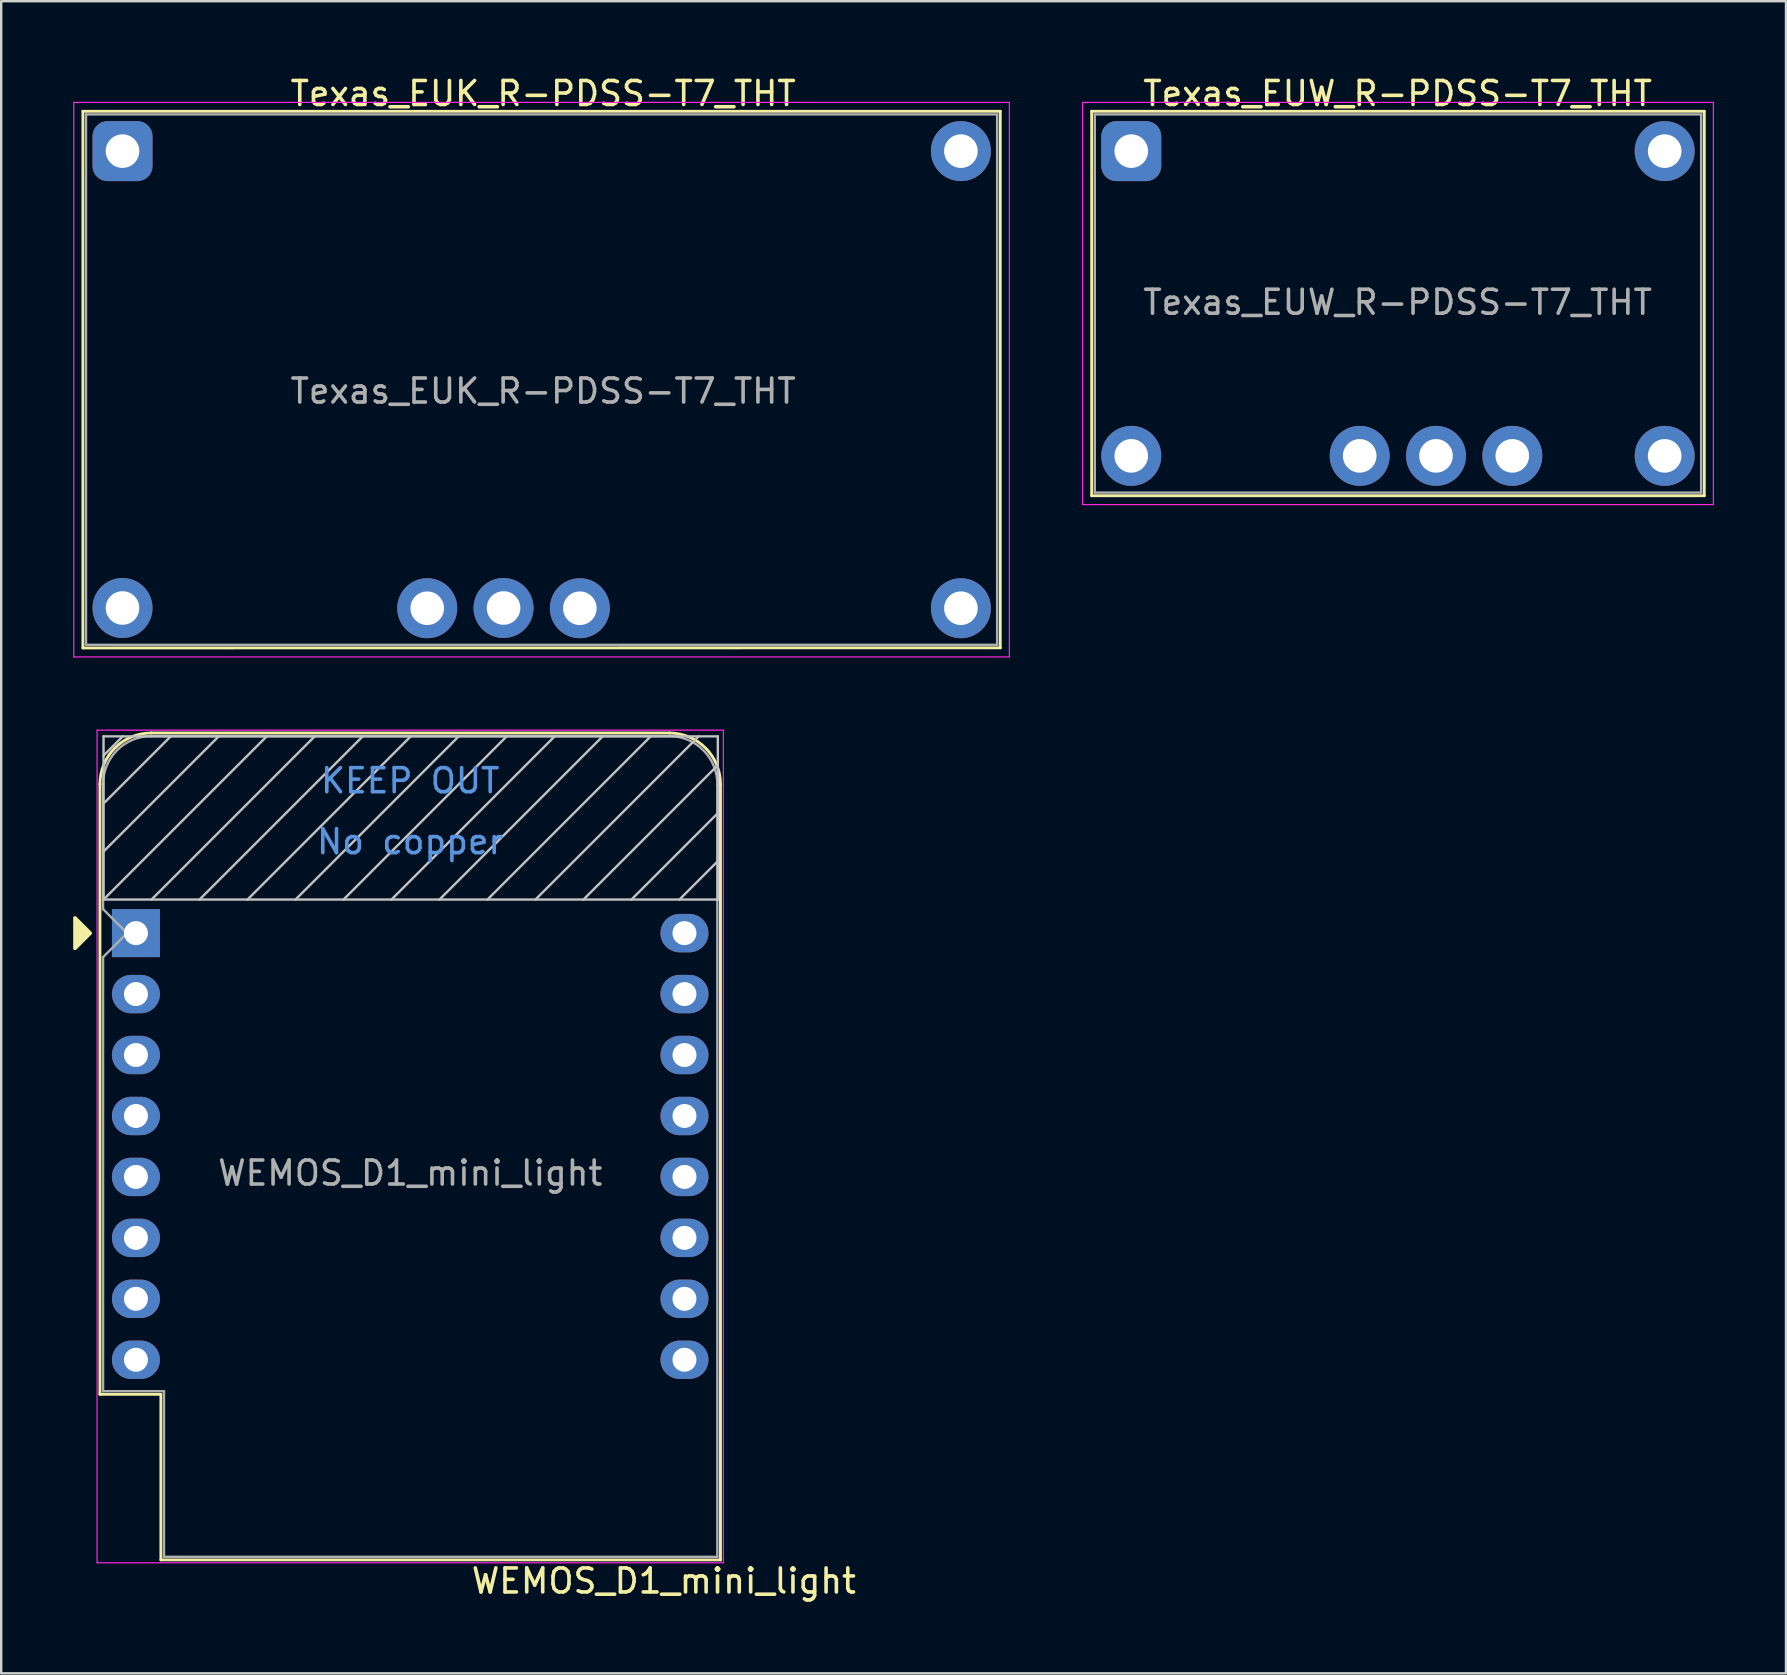
<source format=kicad_pcb>
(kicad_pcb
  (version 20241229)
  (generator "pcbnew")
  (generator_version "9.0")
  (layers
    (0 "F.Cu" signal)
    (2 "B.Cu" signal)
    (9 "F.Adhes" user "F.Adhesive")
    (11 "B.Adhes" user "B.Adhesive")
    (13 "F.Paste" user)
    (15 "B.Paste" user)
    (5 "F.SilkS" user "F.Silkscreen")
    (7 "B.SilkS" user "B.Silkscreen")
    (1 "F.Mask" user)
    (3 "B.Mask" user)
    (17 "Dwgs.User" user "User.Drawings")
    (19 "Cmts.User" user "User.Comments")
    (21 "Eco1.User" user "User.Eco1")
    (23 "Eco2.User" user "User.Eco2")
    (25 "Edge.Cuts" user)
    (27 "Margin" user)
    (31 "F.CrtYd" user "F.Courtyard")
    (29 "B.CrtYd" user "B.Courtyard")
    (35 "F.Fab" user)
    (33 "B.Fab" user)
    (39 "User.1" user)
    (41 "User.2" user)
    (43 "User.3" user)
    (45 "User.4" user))
  (footprint "Texas_EUK_R-PDSS-T7_THT"
    (layer "F.Cu")
    (at 2.055 3.248)
    (property "Reference" "Texas_EUK_R-PDSS-T7_THT" (at 17.53 -2.4 0) (layer "F.SilkS") (effects (font (size 1 1) (thickness 0.15))))
    (attr through_hole)
    (fp_line (start -1.65 -1.66) (end -1.65 20.705) (stroke (width 0.12) (type solid)) (layer "F.SilkS"))
    (fp_line (start -1.65 -1.66) (end 36.58 -1.66) (stroke (width 0.12) (type solid)) (layer "F.SilkS"))
    (fp_line (start -1.65 20.705) (end 36.58 20.7) (stroke (width 0.12) (type solid)) (layer "F.SilkS"))
    (fp_line (start 36.58 -1.66) (end 36.58 20.7) (stroke (width 0.12) (type solid)) (layer "F.SilkS"))
    (fp_line (start -2.03 21.08) (end -2.03 -2.03) (stroke (width 0.05) (type solid)) (layer "F.CrtYd"))
    (fp_line (start -2.03 21.08) (end 36.96 21.08) (stroke (width 0.05) (type solid)) (layer "F.CrtYd"))
    (fp_line (start 36.96 -2.03) (end -2.03 -2.03) (stroke (width 0.05) (type solid)) (layer "F.CrtYd"))
    (fp_line (start 36.96 -2.03) (end 36.96 21.08) (stroke (width 0.05) (type solid)) (layer "F.CrtYd"))
    (fp_line (start -1.52 20.575) (end -1.52 -1.53) (stroke (width 0.1) (type solid)) (layer "F.Fab"))
    (fp_line (start 36.45 -1.53) (end -1.52 -1.53) (stroke (width 0.1) (type solid)) (layer "F.Fab"))
    (fp_line (start 36.45 20.575) (end -1.52 20.575) (stroke (width 0.1) (type solid)) (layer "F.Fab"))
    (fp_line (start 36.45 20.575) (end 36.45 -1.53) (stroke (width 0.1) (type solid)) (layer "F.Fab"))
    (fp_text user "${REFERENCE}" (at 17.53 10 0) (layer "F.Fab") (effects (font (size 1 1) (thickness 0.15))))
    (pad "1" thru_hole roundrect (at 0 0) (size 2.5 2.5) (drill 1.4) (layers "*.Cu" "*.Mask") (roundrect_rratio 0.25))
    (pad "2" thru_hole circle (at 0 19.04) (size 2.5 2.5) (drill 1.4) (layers "*.Cu" "*.Mask"))
    (pad "3" thru_hole circle (at 12.7 19.05) (size 2.5 2.5) (drill 1.4) (layers "*.Cu" "*.Mask"))
    (pad "4" thru_hole circle (at 15.88 19.04) (size 2.5 2.5) (drill 1.4) (layers "*.Cu" "*.Mask"))
    (pad "5" thru_hole circle (at 19.06 19.05) (size 2.5 2.5) (drill 1.4) (layers "*.Cu" "*.Mask"))
    (pad "6" thru_hole circle (at 34.94 19.05) (size 2.5 2.5) (drill 1.4) (layers "*.Cu" "*.Mask"))
    (pad "7" thru_hole circle (at 34.94 0) (size 2.5 2.5) (drill 1.4) (layers "*.Cu" "*.Mask")))
  (footprint "Texas_EUW_R-PDSS-T7_THT"
    (layer "F.Cu")
    (at 44.095 3.248)
    (property "Reference" "Texas_EUW_R-PDSS-T7_THT" (at 11.1 -2.4 0) (layer "F.SilkS") (effects (font (size 1 1) (thickness 0.15))))
    (attr through_hole)
    (fp_line (start -1.65 -1.66) (end -1.65 14.36) (stroke (width 0.12) (type solid)) (layer "F.SilkS"))
    (fp_line (start -1.65 -1.66) (end 23.88 -1.66) (stroke (width 0.12) (type solid)) (layer "F.SilkS"))
    (fp_line (start -1.65 14.36) (end 23.88 14.36) (stroke (width 0.12) (type solid)) (layer "F.SilkS"))
    (fp_line (start 23.88 -1.66) (end 23.88 14.36) (stroke (width 0.12) (type solid)) (layer "F.SilkS"))
    (fp_line (start -2.03 14.73) (end -2.03 -2.03) (stroke (width 0.05) (type solid)) (layer "F.CrtYd"))
    (fp_line (start 24.26 -2.03) (end -2.03 -2.03) (stroke (width 0.05) (type solid)) (layer "F.CrtYd"))
    (fp_line (start 24.26 -2.03) (end 24.26 14.73) (stroke (width 0.05) (type solid)) (layer "F.CrtYd"))
    (fp_line (start 24.26 14.73) (end -2.03 14.73) (stroke (width 0.05) (type solid)) (layer "F.CrtYd"))
    (fp_line (start -1.52 14.23) (end -1.52 -1.53) (stroke (width 0.1) (type solid)) (layer "F.Fab"))
    (fp_line (start -1.52 14.23) (end 23.75 14.23) (stroke (width 0.1) (type solid)) (layer "F.Fab"))
    (fp_line (start 23.75 -1.53) (end -1.52 -1.53) (stroke (width 0.1) (type solid)) (layer "F.Fab"))
    (fp_line (start 23.75 14.23) (end 23.75 -1.53) (stroke (width 0.1) (type solid)) (layer "F.Fab"))
    (fp_text user "${REFERENCE}" (at 11.1 6.3 0) (layer "F.Fab") (effects (font (size 1 1) (thickness 0.15))))
    (pad "1" thru_hole roundrect (at 0 0) (size 2.5 2.5) (drill 1.4) (layers "*.Cu" "*.Mask") (roundrect_rratio 0.25))
    (pad "2" thru_hole circle (at 0 12.7) (size 2.5 2.5) (drill 1.4) (layers "*.Cu" "*.Mask"))
    (pad "3" thru_hole circle (at 9.52 12.7) (size 2.5 2.5) (drill 1.4) (layers "*.Cu" "*.Mask"))
    (pad "4" thru_hole circle (at 12.7 12.7) (size 2.5 2.5) (drill 1.4) (layers "*.Cu" "*.Mask"))
    (pad "5" thru_hole circle (at 15.88 12.7) (size 2.5 2.5) (drill 1.4) (layers "*.Cu" "*.Mask"))
    (pad "6" thru_hole circle (at 22.23 12.7) (size 2.5 2.5) (drill 1.4) (layers "*.Cu" "*.Mask"))
    (pad "7" thru_hole circle (at 22.23 0) (size 2.5 2.5) (drill 1.4) (layers "*.Cu" "*.Mask")))
  (footprint "WEMOS_D1_mini_light"
    (layer "F.Cu")
    (at 2.615 35.838)
    (property "Reference" "WEMOS_D1_mini_light" (at 22 27 0) (layer "F.SilkS") (effects (font (size 1 1) (thickness 0.15))))
    (attr through_hole)
    (fp_line (start -1.5 19.22) (end -1.5 -6.21) (stroke (width 0.12) (type solid)) (layer "F.SilkS"))
    (fp_line (start -1.5 19.22) (end 1.04 19.22) (stroke (width 0.12) (type solid)) (layer "F.SilkS"))
    (fp_line (start 1.04 19.22) (end 1.04 26.12) (stroke (width 0.12) (type solid)) (layer "F.SilkS"))
    (fp_line (start 1.04 26.12) (end 24.36 26.12) (stroke (width 0.12) (type solid)) (layer "F.SilkS"))
    (fp_line (start 22.24 -8.34) (end 0.63 -8.34) (stroke (width 0.12) (type solid)) (layer "F.SilkS"))
    (fp_line (start 24.36 26.12) (end 24.36 -6.21) (stroke (width 0.12) (type solid)) (layer "F.SilkS"))
    (fp_arc (start -1.5 -6.21) (mid -0.876137 -7.716137) (end 0.63 -8.34) (stroke (width 0.12) (type solid)) (layer "F.SilkS"))
    (fp_arc (start 22.23 -8.34) (mid 23.736137 -7.716137) (end 24.36 -6.21) (stroke (width 0.12) (type solid)) (layer "F.SilkS"))
    (fp_poly (pts (xy -2.54 -0.635) (xy -2.54 0.635) (xy -1.905 0)) (stroke (width 0.15) (type solid)) (fill yes) (layer "F.SilkS"))
    (fp_line (start -1.35 -8.2) (end -1.35 -1.4) (stroke (width 0.1) (type solid)) (layer "Dwgs.User"))
    (fp_line (start -1.35 -7.4) (end -0.55 -8.2) (stroke (width 0.1) (type solid)) (layer "Dwgs.User"))
    (fp_line (start -1.35 -3.4) (end 3.45 -8.2) (stroke (width 0.1) (type solid)) (layer "Dwgs.User"))
    (fp_line (start -1.35 -1.4) (end 5.45 -8.2) (stroke (width 0.1) (type solid)) (layer "Dwgs.User"))
    (fp_line (start -1.35 -1.4) (end 24.25 -1.4) (stroke (width 0.1) (type solid)) (layer "Dwgs.User"))
    (fp_line (start -1.3 -5.45) (end 1.45 -8.2) (stroke (width 0.1) (type solid)) (layer "Dwgs.User"))
    (fp_line (start 0.65 -1.4) (end 7.45 -8.2) (stroke (width 0.1) (type solid)) (layer "Dwgs.User"))
    (fp_line (start 2.65 -1.4) (end 9.45 -8.2) (stroke (width 0.1) (type solid)) (layer "Dwgs.User"))
    (fp_line (start 4.65 -1.4) (end 11.45 -8.2) (stroke (width 0.1) (type solid)) (layer "Dwgs.User"))
    (fp_line (start 6.65 -1.4) (end 13.45 -8.2) (stroke (width 0.1) (type solid)) (layer "Dwgs.User"))
    (fp_line (start 8.65 -1.4) (end 15.45 -8.2) (stroke (width 0.1) (type solid)) (layer "Dwgs.User"))
    (fp_line (start 10.65 -1.4) (end 17.45 -8.2) (stroke (width 0.1) (type solid)) (layer "Dwgs.User"))
    (fp_line (start 12.65 -1.4) (end 19.45 -8.2) (stroke (width 0.1) (type solid)) (layer "Dwgs.User"))
    (fp_line (start 14.65 -1.4) (end 21.45 -8.2) (stroke (width 0.1) (type solid)) (layer "Dwgs.User"))
    (fp_line (start 16.65 -1.4) (end 23.45 -8.2) (stroke (width 0.1) (type solid)) (layer "Dwgs.User"))
    (fp_line (start 18.65 -1.4) (end 24.25 -7) (stroke (width 0.1) (type solid)) (layer "Dwgs.User"))
    (fp_line (start 20.65 -1.4) (end 24.25 -5) (stroke (width 0.1) (type solid)) (layer "Dwgs.User"))
    (fp_line (start 22.65 -1.4) (end 24.25 -3) (stroke (width 0.1) (type solid)) (layer "Dwgs.User"))
    (fp_line (start 24.25 -8.2) (end -1.35 -8.2) (stroke (width 0.1) (type solid)) (layer "Dwgs.User"))
    (fp_line (start 24.25 -1.4) (end 24.25 -8.2) (stroke (width 0.1) (type solid)) (layer "Dwgs.User"))
    (fp_line (start -1.62 -8.46) (end 24.48 -8.46) (stroke (width 0.05) (type solid)) (layer "F.CrtYd"))
    (fp_line (start -1.62 26.24) (end -1.62 -8.46) (stroke (width 0.05) (type solid)) (layer "F.CrtYd"))
    (fp_line (start 24.48 -8.46) (end 24.48 26.24) (stroke (width 0.05) (type solid)) (layer "F.CrtYd"))
    (fp_line (start 24.48 26.24) (end -1.62 26.24) (stroke (width 0.05) (type solid)) (layer "F.CrtYd"))
    (fp_line (start -1.37 -6.21) (end -1.37 -1) (stroke (width 0.1) (type solid)) (layer "F.Fab"))
    (fp_line (start -1.37 1) (end -1.37 19.09) (stroke (width 0.1) (type solid)) (layer "F.Fab"))
    (fp_line (start -1.37 1) (end -0.37 0) (stroke (width 0.1) (type solid)) (layer "F.Fab"))
    (fp_line (start -1.37 19.09) (end 1.17 19.09) (stroke (width 0.1) (type solid)) (layer "F.Fab"))
    (fp_line (start -0.37 0) (end -1.37 -1) (stroke (width 0.1) (type solid)) (layer "F.Fab"))
    (fp_line (start 1.17 19.09) (end 1.17 25.99) (stroke (width 0.1) (type solid)) (layer "F.Fab"))
    (fp_line (start 1.17 25.99) (end 24.23 25.99) (stroke (width 0.1) (type solid)) (layer "F.Fab"))
    (fp_line (start 22.23 -8.21) (end 0.63 -8.21) (stroke (width 0.1) (type solid)) (layer "F.Fab"))
    (fp_line (start 24.23 25.99) (end 24.23 -6.21) (stroke (width 0.1) (type solid)) (layer "F.Fab"))
    (fp_arc (start -1.37 -6.21) (mid -0.784214 -7.624214) (end 0.63 -8.21) (stroke (width 0.1) (type solid)) (layer "F.Fab"))
    (fp_arc (start 22.25 -8.21) (mid 23.658356 -7.610071) (end 24.23 -6.19) (stroke (width 0.1) (type solid)) (layer "F.Fab"))
    (fp_text user "KEEP OUT" (at 11.43 -6.35 0) (layer "Cmts.User") (effects (font (size 1 1) (thickness 0.15))))
    (fp_text user "No copper" (at 11.43 -3.81 0) (layer "Cmts.User") (effects (font (size 1 1) (thickness 0.15))))
    (fp_text user "${REFERENCE}" (at 11.43 10 0) (layer "F.Fab") (effects (font (size 1 1) (thickness 0.15))))
    (pad "1" thru_hole rect (at 0 0) (size 2 2) (drill 1) (layers "*.Cu" "*.Mask"))
    (pad "2" thru_hole oval (at 0 2.54) (size 2 1.6) (drill 1) (layers "*.Cu" "*.Mask"))
    (pad "3" thru_hole oval (at 0 5.08) (size 2 1.6) (drill 1) (layers "*.Cu" "*.Mask"))
    (pad "4" thru_hole oval (at 0 7.62) (size 2 1.6) (drill 1) (layers "*.Cu" "*.Mask"))
    (pad "5" thru_hole oval (at 0 10.16) (size 2 1.6) (drill 1) (layers "*.Cu" "*.Mask"))
    (pad "6" thru_hole oval (at 0 12.7) (size 2 1.6) (drill 1) (layers "*.Cu" "*.Mask"))
    (pad "7" thru_hole oval (at 0 15.24) (size 2 1.6) (drill 1) (layers "*.Cu" "*.Mask"))
    (pad "8" thru_hole oval (at 0 17.78) (size 2 1.6) (drill 1) (layers "*.Cu" "*.Mask"))
    (pad "9" thru_hole oval (at 22.86 17.78) (size 2 1.6) (drill 1) (layers "*.Cu" "*.Mask"))
    (pad "10" thru_hole oval (at 22.86 15.24) (size 2 1.6) (drill 1) (layers "*.Cu" "*.Mask"))
    (pad "11" thru_hole oval (at 22.86 12.7) (size 2 1.6) (drill 1) (layers "*.Cu" "*.Mask"))
    (pad "12" thru_hole oval (at 22.86 10.16) (size 2 1.6) (drill 1) (layers "*.Cu" "*.Mask"))
    (pad "13" thru_hole oval (at 22.86 7.62) (size 2 1.6) (drill 1) (layers "*.Cu" "*.Mask"))
    (pad "14" thru_hole oval (at 22.86 5.08) (size 2 1.6) (drill 1) (layers "*.Cu" "*.Mask"))
    (pad "15" thru_hole oval (at 22.86 2.54) (size 2 1.6) (drill 1) (layers "*.Cu" "*.Mask"))
    (pad "16" thru_hole oval (at 22.86 0) (size 2 1.6) (drill 1) (layers "*.Cu" "*.Mask")))
  (gr_rect
    (start -3 -3)
    (end 71.38 66.686)
    (stroke (width 0.1) (type default))
    (fill no)
    (layer "Edge.Cuts")))
</source>
